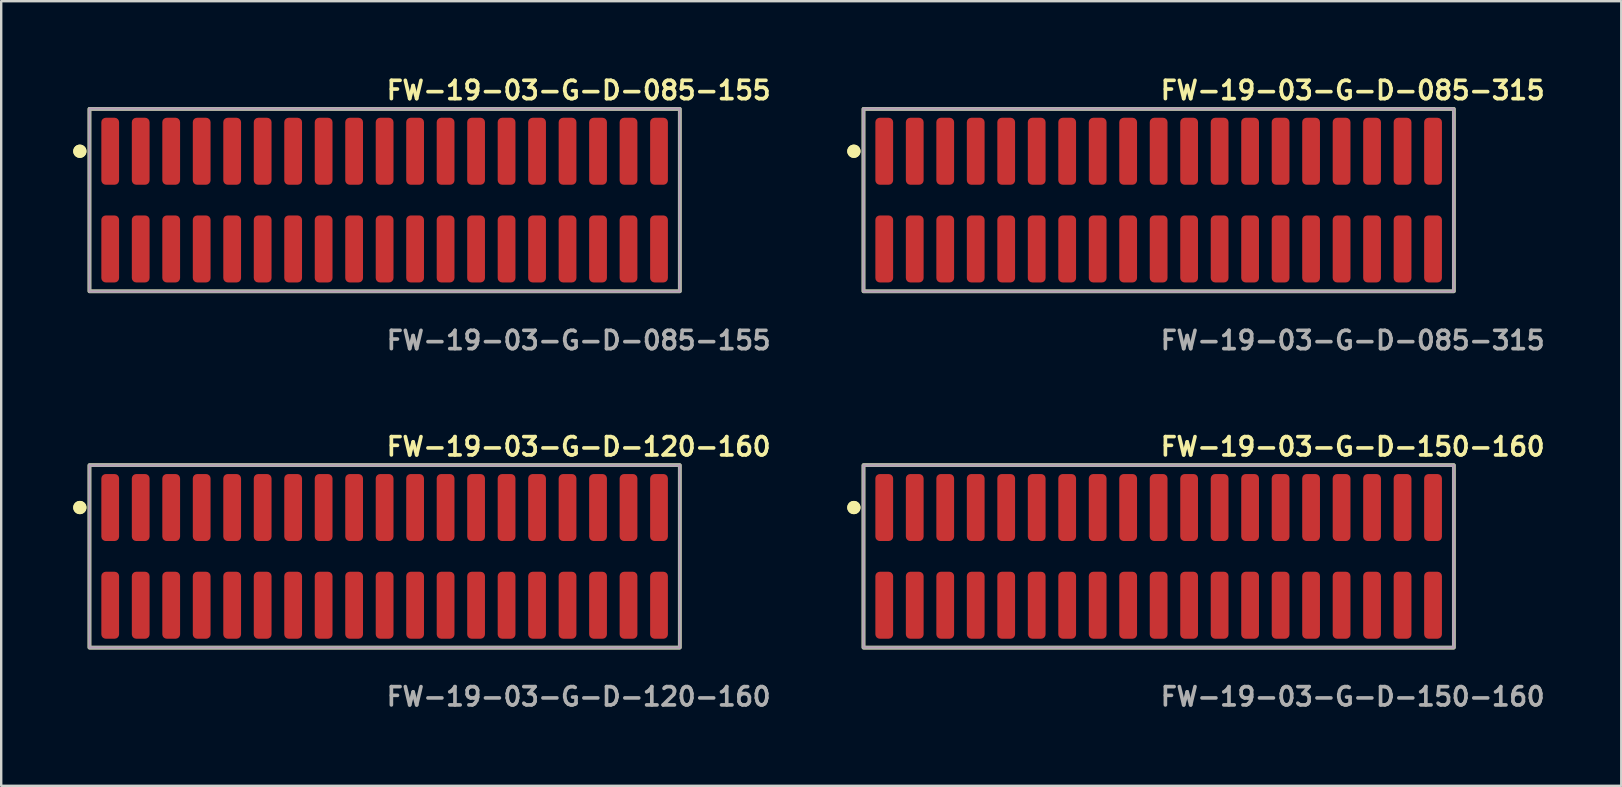
<source format=kicad_pcb>
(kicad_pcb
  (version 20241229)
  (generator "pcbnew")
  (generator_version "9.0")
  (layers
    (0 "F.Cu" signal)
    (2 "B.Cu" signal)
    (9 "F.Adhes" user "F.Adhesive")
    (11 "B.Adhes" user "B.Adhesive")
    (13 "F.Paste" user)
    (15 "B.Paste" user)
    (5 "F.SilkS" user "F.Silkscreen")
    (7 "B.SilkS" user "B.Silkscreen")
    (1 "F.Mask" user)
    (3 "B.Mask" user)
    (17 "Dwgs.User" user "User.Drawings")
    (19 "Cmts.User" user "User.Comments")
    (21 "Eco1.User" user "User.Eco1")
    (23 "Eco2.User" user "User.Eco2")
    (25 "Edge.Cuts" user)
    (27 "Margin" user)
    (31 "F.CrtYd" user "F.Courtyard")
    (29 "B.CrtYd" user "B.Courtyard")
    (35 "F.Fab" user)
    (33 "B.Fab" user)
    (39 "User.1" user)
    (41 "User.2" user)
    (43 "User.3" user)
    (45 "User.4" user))
  (footprint "FW-19-03-G-D-150-160"
    (layer "F.Cu")
    (at 45.213 20.126)
    (property "Reference" "FW-19-03-G-D-150-160" (at 0 -4.572 0) (unlocked yes) (layer "F.SilkS") (effects (font (size 0.762 0.762) (thickness 0.152)) (justify left)))
    (fp_rect (start -12.295 3.8) (end 12.295 -3.8) (stroke (width 0.152) (type solid)) (fill no) (layer "F.SilkS"))
    (fp_circle (center -12.695 -2.035) (end -12.895 -2.035) (stroke (width 0.152) (type solid)) (fill yes) (layer "F.SilkS"))
    (fp_circle (center -12.695 -2.035) (end -12.895 -2.035) (stroke (width 0.152) (type solid)) (fill yes) (layer "F.SilkS"))
    (fp_rect (start -12.295 3.8) (end 12.295 -3.8) (stroke (width 0.006) (type solid)) (fill no) (layer "F.CrtYd"))
    (fp_rect (start -12.295 3.8) (end 12.295 -3.8) (stroke (width 0.152) (type solid)) (fill no) (layer "F.Fab"))
    (fp_text user "${REFERENCE}" (at 0 5.842 0) (unlocked yes) (layer "F.Fab") (effects (font (size 0.762 0.762) (thickness 0.152)) (justify left)))
    (pad "1" smd roundrect (at -11.43 -2.035) (size 0.74 2.79) (layers "F.Cu" "F.Paste") (roundrect_rratio 0.25))
    (pad "2" smd roundrect (at -11.43 2.035) (size 0.74 2.79) (layers "F.Cu" "F.Paste") (roundrect_rratio 0.25))
    (pad "3" smd roundrect (at -10.16 -2.035) (size 0.74 2.79) (layers "F.Cu" "F.Paste") (roundrect_rratio 0.25))
    (pad "4" smd roundrect (at -10.16 2.035) (size 0.74 2.79) (layers "F.Cu" "F.Paste") (roundrect_rratio 0.25))
    (pad "5" smd roundrect (at -8.89 -2.035) (size 0.74 2.79) (layers "F.Cu" "F.Paste") (roundrect_rratio 0.25))
    (pad "6" smd roundrect (at -8.89 2.035) (size 0.74 2.79) (layers "F.Cu" "F.Paste") (roundrect_rratio 0.25))
    (pad "7" smd roundrect (at -7.62 -2.035) (size 0.74 2.79) (layers "F.Cu" "F.Paste") (roundrect_rratio 0.25))
    (pad "8" smd roundrect (at -7.62 2.035) (size 0.74 2.79) (layers "F.Cu" "F.Paste") (roundrect_rratio 0.25))
    (pad "9" smd roundrect (at -6.35 -2.035) (size 0.74 2.79) (layers "F.Cu" "F.Paste") (roundrect_rratio 0.25))
    (pad "10" smd roundrect (at -6.35 2.035) (size 0.74 2.79) (layers "F.Cu" "F.Paste") (roundrect_rratio 0.25))
    (pad "11" smd roundrect (at -5.08 -2.035) (size 0.74 2.79) (layers "F.Cu" "F.Paste") (roundrect_rratio 0.25))
    (pad "12" smd roundrect (at -5.08 2.035) (size 0.74 2.79) (layers "F.Cu" "F.Paste") (roundrect_rratio 0.25))
    (pad "13" smd roundrect (at -3.81 -2.035) (size 0.74 2.79) (layers "F.Cu" "F.Paste") (roundrect_rratio 0.25))
    (pad "14" smd roundrect (at -3.81 2.035) (size 0.74 2.79) (layers "F.Cu" "F.Paste") (roundrect_rratio 0.25))
    (pad "15" smd roundrect (at -2.54 -2.035) (size 0.74 2.79) (layers "F.Cu" "F.Paste") (roundrect_rratio 0.25))
    (pad "16" smd roundrect (at -2.54 2.035) (size 0.74 2.79) (layers "F.Cu" "F.Paste") (roundrect_rratio 0.25))
    (pad "17" smd roundrect (at -1.27 -2.035) (size 0.74 2.79) (layers "F.Cu" "F.Paste") (roundrect_rratio 0.25))
    (pad "18" smd roundrect (at -1.27 2.035) (size 0.74 2.79) (layers "F.Cu" "F.Paste") (roundrect_rratio 0.25))
    (pad "19" smd roundrect (at 0 -2.035) (size 0.74 2.79) (layers "F.Cu" "F.Paste") (roundrect_rratio 0.25))
    (pad "20" smd roundrect (at 0 2.035) (size 0.74 2.79) (layers "F.Cu" "F.Paste") (roundrect_rratio 0.25))
    (pad "21" smd roundrect (at 1.27 -2.035) (size 0.74 2.79) (layers "F.Cu" "F.Paste") (roundrect_rratio 0.25))
    (pad "22" smd roundrect (at 1.27 2.035) (size 0.74 2.79) (layers "F.Cu" "F.Paste") (roundrect_rratio 0.25))
    (pad "23" smd roundrect (at 2.54 -2.035) (size 0.74 2.79) (layers "F.Cu" "F.Paste") (roundrect_rratio 0.25))
    (pad "24" smd roundrect (at 2.54 2.035) (size 0.74 2.79) (layers "F.Cu" "F.Paste") (roundrect_rratio 0.25))
    (pad "25" smd roundrect (at 3.81 -2.035) (size 0.74 2.79) (layers "F.Cu" "F.Paste") (roundrect_rratio 0.25))
    (pad "26" smd roundrect (at 3.81 2.035) (size 0.74 2.79) (layers "F.Cu" "F.Paste") (roundrect_rratio 0.25))
    (pad "27" smd roundrect (at 5.08 -2.035) (size 0.74 2.79) (layers "F.Cu" "F.Paste") (roundrect_rratio 0.25))
    (pad "28" smd roundrect (at 5.08 2.035) (size 0.74 2.79) (layers "F.Cu" "F.Paste") (roundrect_rratio 0.25))
    (pad "29" smd roundrect (at 6.35 -2.035) (size 0.74 2.79) (layers "F.Cu" "F.Paste") (roundrect_rratio 0.25))
    (pad "30" smd roundrect (at 6.35 2.035) (size 0.74 2.79) (layers "F.Cu" "F.Paste") (roundrect_rratio 0.25))
    (pad "31" smd roundrect (at 7.62 -2.035) (size 0.74 2.79) (layers "F.Cu" "F.Paste") (roundrect_rratio 0.25))
    (pad "32" smd roundrect (at 7.62 2.035) (size 0.74 2.79) (layers "F.Cu" "F.Paste") (roundrect_rratio 0.25))
    (pad "33" smd roundrect (at 8.89 -2.035) (size 0.74 2.79) (layers "F.Cu" "F.Paste") (roundrect_rratio 0.25))
    (pad "34" smd roundrect (at 8.89 2.035) (size 0.74 2.79) (layers "F.Cu" "F.Paste") (roundrect_rratio 0.25))
    (pad "35" smd roundrect (at 10.16 -2.035) (size 0.74 2.79) (layers "F.Cu" "F.Paste") (roundrect_rratio 0.25))
    (pad "36" smd roundrect (at 10.16 2.035) (size 0.74 2.79) (layers "F.Cu" "F.Paste") (roundrect_rratio 0.25))
    (pad "37" smd roundrect (at 11.43 -2.035) (size 0.74 2.79) (layers "F.Cu" "F.Paste") (roundrect_rratio 0.25))
    (pad "38" smd roundrect (at 11.43 2.035) (size 0.74 2.79) (layers "F.Cu" "F.Paste") (roundrect_rratio 0.25)))
  (footprint "FW-19-03-G-D-120-160"
    (layer "F.Cu")
    (at 12.971 20.126)
    (property "Reference" "FW-19-03-G-D-120-160" (at 0 -4.572 0) (unlocked yes) (layer "F.SilkS") (effects (font (size 0.762 0.762) (thickness 0.152)) (justify left)))
    (fp_rect (start -12.295 3.8) (end 12.295 -3.8) (stroke (width 0.152) (type solid)) (fill no) (layer "F.SilkS"))
    (fp_circle (center -12.695 -2.035) (end -12.895 -2.035) (stroke (width 0.152) (type solid)) (fill yes) (layer "F.SilkS"))
    (fp_circle (center -12.695 -2.035) (end -12.895 -2.035) (stroke (width 0.152) (type solid)) (fill yes) (layer "F.SilkS"))
    (fp_rect (start -12.295 3.8) (end 12.295 -3.8) (stroke (width 0.006) (type solid)) (fill no) (layer "F.CrtYd"))
    (fp_rect (start -12.295 3.8) (end 12.295 -3.8) (stroke (width 0.152) (type solid)) (fill no) (layer "F.Fab"))
    (fp_text user "${REFERENCE}" (at 0 5.842 0) (unlocked yes) (layer "F.Fab") (effects (font (size 0.762 0.762) (thickness 0.152)) (justify left)))
    (pad "1" smd roundrect (at -11.43 -2.035) (size 0.74 2.79) (layers "F.Cu" "F.Paste") (roundrect_rratio 0.25))
    (pad "2" smd roundrect (at -11.43 2.035) (size 0.74 2.79) (layers "F.Cu" "F.Paste") (roundrect_rratio 0.25))
    (pad "3" smd roundrect (at -10.16 -2.035) (size 0.74 2.79) (layers "F.Cu" "F.Paste") (roundrect_rratio 0.25))
    (pad "4" smd roundrect (at -10.16 2.035) (size 0.74 2.79) (layers "F.Cu" "F.Paste") (roundrect_rratio 0.25))
    (pad "5" smd roundrect (at -8.89 -2.035) (size 0.74 2.79) (layers "F.Cu" "F.Paste") (roundrect_rratio 0.25))
    (pad "6" smd roundrect (at -8.89 2.035) (size 0.74 2.79) (layers "F.Cu" "F.Paste") (roundrect_rratio 0.25))
    (pad "7" smd roundrect (at -7.62 -2.035) (size 0.74 2.79) (layers "F.Cu" "F.Paste") (roundrect_rratio 0.25))
    (pad "8" smd roundrect (at -7.62 2.035) (size 0.74 2.79) (layers "F.Cu" "F.Paste") (roundrect_rratio 0.25))
    (pad "9" smd roundrect (at -6.35 -2.035) (size 0.74 2.79) (layers "F.Cu" "F.Paste") (roundrect_rratio 0.25))
    (pad "10" smd roundrect (at -6.35 2.035) (size 0.74 2.79) (layers "F.Cu" "F.Paste") (roundrect_rratio 0.25))
    (pad "11" smd roundrect (at -5.08 -2.035) (size 0.74 2.79) (layers "F.Cu" "F.Paste") (roundrect_rratio 0.25))
    (pad "12" smd roundrect (at -5.08 2.035) (size 0.74 2.79) (layers "F.Cu" "F.Paste") (roundrect_rratio 0.25))
    (pad "13" smd roundrect (at -3.81 -2.035) (size 0.74 2.79) (layers "F.Cu" "F.Paste") (roundrect_rratio 0.25))
    (pad "14" smd roundrect (at -3.81 2.035) (size 0.74 2.79) (layers "F.Cu" "F.Paste") (roundrect_rratio 0.25))
    (pad "15" smd roundrect (at -2.54 -2.035) (size 0.74 2.79) (layers "F.Cu" "F.Paste") (roundrect_rratio 0.25))
    (pad "16" smd roundrect (at -2.54 2.035) (size 0.74 2.79) (layers "F.Cu" "F.Paste") (roundrect_rratio 0.25))
    (pad "17" smd roundrect (at -1.27 -2.035) (size 0.74 2.79) (layers "F.Cu" "F.Paste") (roundrect_rratio 0.25))
    (pad "18" smd roundrect (at -1.27 2.035) (size 0.74 2.79) (layers "F.Cu" "F.Paste") (roundrect_rratio 0.25))
    (pad "19" smd roundrect (at 0 -2.035) (size 0.74 2.79) (layers "F.Cu" "F.Paste") (roundrect_rratio 0.25))
    (pad "20" smd roundrect (at 0 2.035) (size 0.74 2.79) (layers "F.Cu" "F.Paste") (roundrect_rratio 0.25))
    (pad "21" smd roundrect (at 1.27 -2.035) (size 0.74 2.79) (layers "F.Cu" "F.Paste") (roundrect_rratio 0.25))
    (pad "22" smd roundrect (at 1.27 2.035) (size 0.74 2.79) (layers "F.Cu" "F.Paste") (roundrect_rratio 0.25))
    (pad "23" smd roundrect (at 2.54 -2.035) (size 0.74 2.79) (layers "F.Cu" "F.Paste") (roundrect_rratio 0.25))
    (pad "24" smd roundrect (at 2.54 2.035) (size 0.74 2.79) (layers "F.Cu" "F.Paste") (roundrect_rratio 0.25))
    (pad "25" smd roundrect (at 3.81 -2.035) (size 0.74 2.79) (layers "F.Cu" "F.Paste") (roundrect_rratio 0.25))
    (pad "26" smd roundrect (at 3.81 2.035) (size 0.74 2.79) (layers "F.Cu" "F.Paste") (roundrect_rratio 0.25))
    (pad "27" smd roundrect (at 5.08 -2.035) (size 0.74 2.79) (layers "F.Cu" "F.Paste") (roundrect_rratio 0.25))
    (pad "28" smd roundrect (at 5.08 2.035) (size 0.74 2.79) (layers "F.Cu" "F.Paste") (roundrect_rratio 0.25))
    (pad "29" smd roundrect (at 6.35 -2.035) (size 0.74 2.79) (layers "F.Cu" "F.Paste") (roundrect_rratio 0.25))
    (pad "30" smd roundrect (at 6.35 2.035) (size 0.74 2.79) (layers "F.Cu" "F.Paste") (roundrect_rratio 0.25))
    (pad "31" smd roundrect (at 7.62 -2.035) (size 0.74 2.79) (layers "F.Cu" "F.Paste") (roundrect_rratio 0.25))
    (pad "32" smd roundrect (at 7.62 2.035) (size 0.74 2.79) (layers "F.Cu" "F.Paste") (roundrect_rratio 0.25))
    (pad "33" smd roundrect (at 8.89 -2.035) (size 0.74 2.79) (layers "F.Cu" "F.Paste") (roundrect_rratio 0.25))
    (pad "34" smd roundrect (at 8.89 2.035) (size 0.74 2.79) (layers "F.Cu" "F.Paste") (roundrect_rratio 0.25))
    (pad "35" smd roundrect (at 10.16 -2.035) (size 0.74 2.79) (layers "F.Cu" "F.Paste") (roundrect_rratio 0.25))
    (pad "36" smd roundrect (at 10.16 2.035) (size 0.74 2.79) (layers "F.Cu" "F.Paste") (roundrect_rratio 0.25))
    (pad "37" smd roundrect (at 11.43 -2.035) (size 0.74 2.79) (layers "F.Cu" "F.Paste") (roundrect_rratio 0.25))
    (pad "38" smd roundrect (at 11.43 2.035) (size 0.74 2.79) (layers "F.Cu" "F.Paste") (roundrect_rratio 0.25)))
  (footprint "FW-19-03-G-D-085-155"
    (layer "F.Cu")
    (at 12.971 5.285)
    (property "Reference" "FW-19-03-G-D-085-155" (at 0 -4.572 0) (unlocked yes) (layer "F.SilkS") (effects (font (size 0.762 0.762) (thickness 0.152)) (justify left)))
    (fp_rect (start -12.295 3.8) (end 12.295 -3.8) (stroke (width 0.152) (type solid)) (fill no) (layer "F.SilkS"))
    (fp_circle (center -12.695 -2.035) (end -12.895 -2.035) (stroke (width 0.152) (type solid)) (fill yes) (layer "F.SilkS"))
    (fp_circle (center -12.695 -2.035) (end -12.895 -2.035) (stroke (width 0.152) (type solid)) (fill yes) (layer "F.SilkS"))
    (fp_rect (start -12.295 3.8) (end 12.295 -3.8) (stroke (width 0.006) (type solid)) (fill no) (layer "F.CrtYd"))
    (fp_rect (start -12.295 3.8) (end 12.295 -3.8) (stroke (width 0.152) (type solid)) (fill no) (layer "F.Fab"))
    (fp_text user "${REFERENCE}" (at 0 5.842 0) (unlocked yes) (layer "F.Fab") (effects (font (size 0.762 0.762) (thickness 0.152)) (justify left)))
    (pad "1" smd roundrect (at -11.43 -2.035) (size 0.74 2.79) (layers "F.Cu" "F.Paste") (roundrect_rratio 0.25))
    (pad "2" smd roundrect (at -11.43 2.035) (size 0.74 2.79) (layers "F.Cu" "F.Paste") (roundrect_rratio 0.25))
    (pad "3" smd roundrect (at -10.16 -2.035) (size 0.74 2.79) (layers "F.Cu" "F.Paste") (roundrect_rratio 0.25))
    (pad "4" smd roundrect (at -10.16 2.035) (size 0.74 2.79) (layers "F.Cu" "F.Paste") (roundrect_rratio 0.25))
    (pad "5" smd roundrect (at -8.89 -2.035) (size 0.74 2.79) (layers "F.Cu" "F.Paste") (roundrect_rratio 0.25))
    (pad "6" smd roundrect (at -8.89 2.035) (size 0.74 2.79) (layers "F.Cu" "F.Paste") (roundrect_rratio 0.25))
    (pad "7" smd roundrect (at -7.62 -2.035) (size 0.74 2.79) (layers "F.Cu" "F.Paste") (roundrect_rratio 0.25))
    (pad "8" smd roundrect (at -7.62 2.035) (size 0.74 2.79) (layers "F.Cu" "F.Paste") (roundrect_rratio 0.25))
    (pad "9" smd roundrect (at -6.35 -2.035) (size 0.74 2.79) (layers "F.Cu" "F.Paste") (roundrect_rratio 0.25))
    (pad "10" smd roundrect (at -6.35 2.035) (size 0.74 2.79) (layers "F.Cu" "F.Paste") (roundrect_rratio 0.25))
    (pad "11" smd roundrect (at -5.08 -2.035) (size 0.74 2.79) (layers "F.Cu" "F.Paste") (roundrect_rratio 0.25))
    (pad "12" smd roundrect (at -5.08 2.035) (size 0.74 2.79) (layers "F.Cu" "F.Paste") (roundrect_rratio 0.25))
    (pad "13" smd roundrect (at -3.81 -2.035) (size 0.74 2.79) (layers "F.Cu" "F.Paste") (roundrect_rratio 0.25))
    (pad "14" smd roundrect (at -3.81 2.035) (size 0.74 2.79) (layers "F.Cu" "F.Paste") (roundrect_rratio 0.25))
    (pad "15" smd roundrect (at -2.54 -2.035) (size 0.74 2.79) (layers "F.Cu" "F.Paste") (roundrect_rratio 0.25))
    (pad "16" smd roundrect (at -2.54 2.035) (size 0.74 2.79) (layers "F.Cu" "F.Paste") (roundrect_rratio 0.25))
    (pad "17" smd roundrect (at -1.27 -2.035) (size 0.74 2.79) (layers "F.Cu" "F.Paste") (roundrect_rratio 0.25))
    (pad "18" smd roundrect (at -1.27 2.035) (size 0.74 2.79) (layers "F.Cu" "F.Paste") (roundrect_rratio 0.25))
    (pad "19" smd roundrect (at 0 -2.035) (size 0.74 2.79) (layers "F.Cu" "F.Paste") (roundrect_rratio 0.25))
    (pad "20" smd roundrect (at 0 2.035) (size 0.74 2.79) (layers "F.Cu" "F.Paste") (roundrect_rratio 0.25))
    (pad "21" smd roundrect (at 1.27 -2.035) (size 0.74 2.79) (layers "F.Cu" "F.Paste") (roundrect_rratio 0.25))
    (pad "22" smd roundrect (at 1.27 2.035) (size 0.74 2.79) (layers "F.Cu" "F.Paste") (roundrect_rratio 0.25))
    (pad "23" smd roundrect (at 2.54 -2.035) (size 0.74 2.79) (layers "F.Cu" "F.Paste") (roundrect_rratio 0.25))
    (pad "24" smd roundrect (at 2.54 2.035) (size 0.74 2.79) (layers "F.Cu" "F.Paste") (roundrect_rratio 0.25))
    (pad "25" smd roundrect (at 3.81 -2.035) (size 0.74 2.79) (layers "F.Cu" "F.Paste") (roundrect_rratio 0.25))
    (pad "26" smd roundrect (at 3.81 2.035) (size 0.74 2.79) (layers "F.Cu" "F.Paste") (roundrect_rratio 0.25))
    (pad "27" smd roundrect (at 5.08 -2.035) (size 0.74 2.79) (layers "F.Cu" "F.Paste") (roundrect_rratio 0.25))
    (pad "28" smd roundrect (at 5.08 2.035) (size 0.74 2.79) (layers "F.Cu" "F.Paste") (roundrect_rratio 0.25))
    (pad "29" smd roundrect (at 6.35 -2.035) (size 0.74 2.79) (layers "F.Cu" "F.Paste") (roundrect_rratio 0.25))
    (pad "30" smd roundrect (at 6.35 2.035) (size 0.74 2.79) (layers "F.Cu" "F.Paste") (roundrect_rratio 0.25))
    (pad "31" smd roundrect (at 7.62 -2.035) (size 0.74 2.79) (layers "F.Cu" "F.Paste") (roundrect_rratio 0.25))
    (pad "32" smd roundrect (at 7.62 2.035) (size 0.74 2.79) (layers "F.Cu" "F.Paste") (roundrect_rratio 0.25))
    (pad "33" smd roundrect (at 8.89 -2.035) (size 0.74 2.79) (layers "F.Cu" "F.Paste") (roundrect_rratio 0.25))
    (pad "34" smd roundrect (at 8.89 2.035) (size 0.74 2.79) (layers "F.Cu" "F.Paste") (roundrect_rratio 0.25))
    (pad "35" smd roundrect (at 10.16 -2.035) (size 0.74 2.79) (layers "F.Cu" "F.Paste") (roundrect_rratio 0.25))
    (pad "36" smd roundrect (at 10.16 2.035) (size 0.74 2.79) (layers "F.Cu" "F.Paste") (roundrect_rratio 0.25))
    (pad "37" smd roundrect (at 11.43 -2.035) (size 0.74 2.79) (layers "F.Cu" "F.Paste") (roundrect_rratio 0.25))
    (pad "38" smd roundrect (at 11.43 2.035) (size 0.74 2.79) (layers "F.Cu" "F.Paste") (roundrect_rratio 0.25)))
  (footprint "FW-19-03-G-D-085-315"
    (layer "F.Cu")
    (at 45.213 5.285)
    (property "Reference" "FW-19-03-G-D-085-315" (at 0 -4.572 0) (unlocked yes) (layer "F.SilkS") (effects (font (size 0.762 0.762) (thickness 0.152)) (justify left)))
    (fp_rect (start -12.295 3.8) (end 12.295 -3.8) (stroke (width 0.152) (type solid)) (fill no) (layer "F.SilkS"))
    (fp_circle (center -12.695 -2.035) (end -12.895 -2.035) (stroke (width 0.152) (type solid)) (fill yes) (layer "F.SilkS"))
    (fp_circle (center -12.695 -2.035) (end -12.895 -2.035) (stroke (width 0.152) (type solid)) (fill yes) (layer "F.SilkS"))
    (fp_rect (start -12.295 3.8) (end 12.295 -3.8) (stroke (width 0.006) (type solid)) (fill no) (layer "F.CrtYd"))
    (fp_rect (start -12.295 3.8) (end 12.295 -3.8) (stroke (width 0.152) (type solid)) (fill no) (layer "F.Fab"))
    (fp_text user "${REFERENCE}" (at 0 5.842 0) (unlocked yes) (layer "F.Fab") (effects (font (size 0.762 0.762) (thickness 0.152)) (justify left)))
    (pad "1" smd roundrect (at -11.43 -2.035) (size 0.74 2.79) (layers "F.Cu" "F.Paste") (roundrect_rratio 0.25))
    (pad "2" smd roundrect (at -11.43 2.035) (size 0.74 2.79) (layers "F.Cu" "F.Paste") (roundrect_rratio 0.25))
    (pad "3" smd roundrect (at -10.16 -2.035) (size 0.74 2.79) (layers "F.Cu" "F.Paste") (roundrect_rratio 0.25))
    (pad "4" smd roundrect (at -10.16 2.035) (size 0.74 2.79) (layers "F.Cu" "F.Paste") (roundrect_rratio 0.25))
    (pad "5" smd roundrect (at -8.89 -2.035) (size 0.74 2.79) (layers "F.Cu" "F.Paste") (roundrect_rratio 0.25))
    (pad "6" smd roundrect (at -8.89 2.035) (size 0.74 2.79) (layers "F.Cu" "F.Paste") (roundrect_rratio 0.25))
    (pad "7" smd roundrect (at -7.62 -2.035) (size 0.74 2.79) (layers "F.Cu" "F.Paste") (roundrect_rratio 0.25))
    (pad "8" smd roundrect (at -7.62 2.035) (size 0.74 2.79) (layers "F.Cu" "F.Paste") (roundrect_rratio 0.25))
    (pad "9" smd roundrect (at -6.35 -2.035) (size 0.74 2.79) (layers "F.Cu" "F.Paste") (roundrect_rratio 0.25))
    (pad "10" smd roundrect (at -6.35 2.035) (size 0.74 2.79) (layers "F.Cu" "F.Paste") (roundrect_rratio 0.25))
    (pad "11" smd roundrect (at -5.08 -2.035) (size 0.74 2.79) (layers "F.Cu" "F.Paste") (roundrect_rratio 0.25))
    (pad "12" smd roundrect (at -5.08 2.035) (size 0.74 2.79) (layers "F.Cu" "F.Paste") (roundrect_rratio 0.25))
    (pad "13" smd roundrect (at -3.81 -2.035) (size 0.74 2.79) (layers "F.Cu" "F.Paste") (roundrect_rratio 0.25))
    (pad "14" smd roundrect (at -3.81 2.035) (size 0.74 2.79) (layers "F.Cu" "F.Paste") (roundrect_rratio 0.25))
    (pad "15" smd roundrect (at -2.54 -2.035) (size 0.74 2.79) (layers "F.Cu" "F.Paste") (roundrect_rratio 0.25))
    (pad "16" smd roundrect (at -2.54 2.035) (size 0.74 2.79) (layers "F.Cu" "F.Paste") (roundrect_rratio 0.25))
    (pad "17" smd roundrect (at -1.27 -2.035) (size 0.74 2.79) (layers "F.Cu" "F.Paste") (roundrect_rratio 0.25))
    (pad "18" smd roundrect (at -1.27 2.035) (size 0.74 2.79) (layers "F.Cu" "F.Paste") (roundrect_rratio 0.25))
    (pad "19" smd roundrect (at 0 -2.035) (size 0.74 2.79) (layers "F.Cu" "F.Paste") (roundrect_rratio 0.25))
    (pad "20" smd roundrect (at 0 2.035) (size 0.74 2.79) (layers "F.Cu" "F.Paste") (roundrect_rratio 0.25))
    (pad "21" smd roundrect (at 1.27 -2.035) (size 0.74 2.79) (layers "F.Cu" "F.Paste") (roundrect_rratio 0.25))
    (pad "22" smd roundrect (at 1.27 2.035) (size 0.74 2.79) (layers "F.Cu" "F.Paste") (roundrect_rratio 0.25))
    (pad "23" smd roundrect (at 2.54 -2.035) (size 0.74 2.79) (layers "F.Cu" "F.Paste") (roundrect_rratio 0.25))
    (pad "24" smd roundrect (at 2.54 2.035) (size 0.74 2.79) (layers "F.Cu" "F.Paste") (roundrect_rratio 0.25))
    (pad "25" smd roundrect (at 3.81 -2.035) (size 0.74 2.79) (layers "F.Cu" "F.Paste") (roundrect_rratio 0.25))
    (pad "26" smd roundrect (at 3.81 2.035) (size 0.74 2.79) (layers "F.Cu" "F.Paste") (roundrect_rratio 0.25))
    (pad "27" smd roundrect (at 5.08 -2.035) (size 0.74 2.79) (layers "F.Cu" "F.Paste") (roundrect_rratio 0.25))
    (pad "28" smd roundrect (at 5.08 2.035) (size 0.74 2.79) (layers "F.Cu" "F.Paste") (roundrect_rratio 0.25))
    (pad "29" smd roundrect (at 6.35 -2.035) (size 0.74 2.79) (layers "F.Cu" "F.Paste") (roundrect_rratio 0.25))
    (pad "30" smd roundrect (at 6.35 2.035) (size 0.74 2.79) (layers "F.Cu" "F.Paste") (roundrect_rratio 0.25))
    (pad "31" smd roundrect (at 7.62 -2.035) (size 0.74 2.79) (layers "F.Cu" "F.Paste") (roundrect_rratio 0.25))
    (pad "32" smd roundrect (at 7.62 2.035) (size 0.74 2.79) (layers "F.Cu" "F.Paste") (roundrect_rratio 0.25))
    (pad "33" smd roundrect (at 8.89 -2.035) (size 0.74 2.79) (layers "F.Cu" "F.Paste") (roundrect_rratio 0.25))
    (pad "34" smd roundrect (at 8.89 2.035) (size 0.74 2.79) (layers "F.Cu" "F.Paste") (roundrect_rratio 0.25))
    (pad "35" smd roundrect (at 10.16 -2.035) (size 0.74 2.79) (layers "F.Cu" "F.Paste") (roundrect_rratio 0.25))
    (pad "36" smd roundrect (at 10.16 2.035) (size 0.74 2.79) (layers "F.Cu" "F.Paste") (roundrect_rratio 0.25))
    (pad "37" smd roundrect (at 11.43 -2.035) (size 0.74 2.79) (layers "F.Cu" "F.Paste") (roundrect_rratio 0.25))
    (pad "38" smd roundrect (at 11.43 2.035) (size 0.74 2.79) (layers "F.Cu" "F.Paste") (roundrect_rratio 0.25)))
  (gr_rect
    (start -3 -3)
    (end 64.483 29.681)
    (stroke (width 0.1) (type default))
    (fill no)
    (layer "Edge.Cuts")))
</source>
